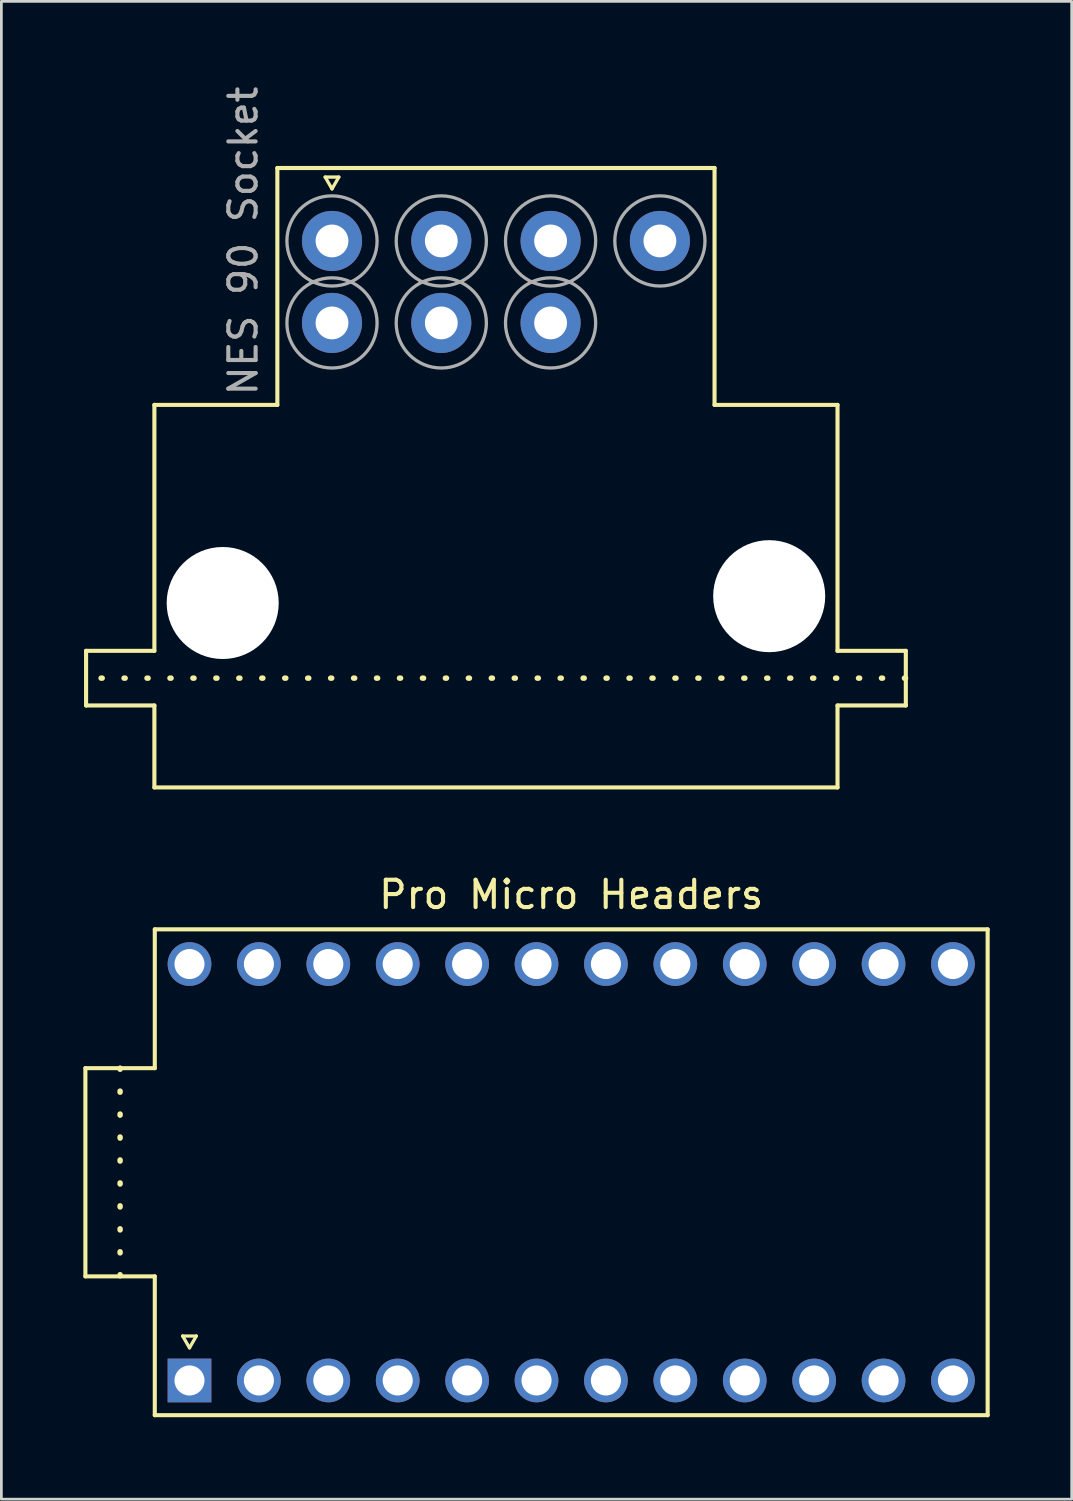
<source format=kicad_pcb>
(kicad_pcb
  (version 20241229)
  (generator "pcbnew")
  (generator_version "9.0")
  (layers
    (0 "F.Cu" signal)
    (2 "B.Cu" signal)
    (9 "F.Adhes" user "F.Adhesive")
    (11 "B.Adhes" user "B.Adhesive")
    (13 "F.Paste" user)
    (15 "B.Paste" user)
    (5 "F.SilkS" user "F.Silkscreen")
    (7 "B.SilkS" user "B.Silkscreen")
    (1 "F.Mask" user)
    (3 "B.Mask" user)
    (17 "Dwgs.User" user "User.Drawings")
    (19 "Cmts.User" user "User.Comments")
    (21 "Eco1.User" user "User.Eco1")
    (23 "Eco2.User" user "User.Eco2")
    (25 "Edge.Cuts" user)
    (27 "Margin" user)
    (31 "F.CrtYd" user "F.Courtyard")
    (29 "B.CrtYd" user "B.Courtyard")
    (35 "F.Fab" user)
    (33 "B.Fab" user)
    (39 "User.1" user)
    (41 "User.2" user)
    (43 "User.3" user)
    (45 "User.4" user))
  (footprint "NES 90 Socket"
    (layer "F.Cu")
    (at 9.1 5.768)
    (property "Reference" "NES 90 Socket" (at -3.25 0 270) (layer "F.Fab") (effects (font (size 1 1) (thickness 0.15))))
    (attr through_hole)
    (fp_line (start -9 15) (end -9 17) (stroke (width 0.15) (type solid)) (layer "F.SilkS"))
    (fp_line (start -9 17) (end -6.5 17) (stroke (width 0.15) (type solid)) (layer "F.SilkS"))
    (fp_line (start -6.5 6) (end -6.5 15) (stroke (width 0.15) (type solid)) (layer "F.SilkS"))
    (fp_line (start -6.5 15) (end -9 15) (stroke (width 0.15) (type solid)) (layer "F.SilkS"))
    (fp_line (start -6.5 17) (end -6.5 20) (stroke (width 0.15) (type solid)) (layer "F.SilkS"))
    (fp_line (start -6.5 20) (end 18.5 20) (stroke (width 0.15) (type solid)) (layer "F.SilkS"))
    (fp_line (start -2 -2.67) (end -2 6) (stroke (width 0.15) (type solid)) (layer "F.SilkS"))
    (fp_line (start -2 -2.67) (end 14 -2.67) (stroke (width 0.15) (type solid)) (layer "F.SilkS"))
    (fp_line (start -2 6) (end -6.5 6) (stroke (width 0.15) (type solid)) (layer "F.SilkS"))
    (fp_line (start -0.25 -2.338) (end 0.25 -2.338) (stroke (width 0.12) (type solid)) (layer "F.SilkS"))
    (fp_line (start 0 -1.905) (end -0.25 -2.338) (stroke (width 0.12) (type solid)) (layer "F.SilkS"))
    (fp_line (start 0.25 -2.338) (end 0 -1.905) (stroke (width 0.12) (type solid)) (layer "F.SilkS"))
    (fp_line (start 14 6) (end 14 -2.67) (stroke (width 0.15) (type solid)) (layer "F.SilkS"))
    (fp_line (start 18.5 6) (end 14 6) (stroke (width 0.15) (type solid)) (layer "F.SilkS"))
    (fp_line (start 18.5 15) (end 18.5 6) (stroke (width 0.15) (type solid)) (layer "F.SilkS"))
    (fp_line (start 18.5 17) (end 21 17) (stroke (width 0.15) (type solid)) (layer "F.SilkS"))
    (fp_line (start 18.5 20) (end 18.5 17) (stroke (width 0.15) (type solid)) (layer "F.SilkS"))
    (fp_line (start 20.99 16) (end -9 16) (stroke (width 0.2) (type dot)) (layer "F.SilkS"))
    (fp_line (start 21 15) (end 18.5 15) (stroke (width 0.15) (type solid)) (layer "F.SilkS"))
    (fp_line (start 21 17) (end 21 15) (stroke (width 0.15) (type solid)) (layer "F.SilkS"))
    (fp_circle (center 0 0) (end 1.65 0) (stroke (width 0.12) (type solid)) (fill no) (layer "F.Fab"))
    (fp_circle (center 0 3) (end 1.65 3) (stroke (width 0.12) (type solid)) (fill no) (layer "F.Fab"))
    (fp_circle (center 4 0) (end 5.65 0) (stroke (width 0.12) (type solid)) (fill no) (layer "F.Fab"))
    (fp_circle (center 4 3) (end 5.65 3) (stroke (width 0.12) (type solid)) (fill no) (layer "F.Fab"))
    (fp_circle (center 8 0) (end 9.65 0) (stroke (width 0.12) (type solid)) (fill no) (layer "F.Fab"))
    (fp_circle (center 8 3) (end 9.65 3) (stroke (width 0.12) (type solid)) (fill no) (layer "F.Fab"))
    (fp_circle (center 12 0) (end 13.65 0) (stroke (width 0.12) (type solid)) (fill no) (layer "F.Fab"))
    (pad "" np_thru_hole circle (at -4 13.25) (size 4.1 4.1) (drill 4.1) (layers "*.Cu" "*.Mask"))
    (pad "" np_thru_hole circle (at 16 13) (size 4.1 4.1) (drill 4.1) (layers "*.Cu" "*.Mask"))
    (pad "1" thru_hole circle (at 0 0) (size 2.2 2.2) (drill 1.2) (layers "*.Cu" "*.Mask"))
    (pad "2" thru_hole circle (at 4 0) (size 2.2 2.2) (drill 1.2) (layers "*.Cu" "*.Mask"))
    (pad "3" thru_hole circle (at 8 0) (size 2.2 2.2) (drill 1.2) (layers "*.Cu" "*.Mask"))
    (pad "4" thru_hole circle (at 12 0) (size 2.2 2.2) (drill 1.2) (layers "*.Cu" "*.Mask"))
    (pad "5" thru_hole circle (at 0 3) (size 2.2 2.2) (drill 1.2) (layers "*.Cu" "*.Mask"))
    (pad "6" thru_hole circle (at 4 3) (size 2.2 2.2) (drill 1.2) (layers "*.Cu" "*.Mask"))
    (pad "7" thru_hole circle (at 8 3) (size 2.2 2.2) (drill 1.2) (layers "*.Cu" "*.Mask")))
  (footprint "Pro Micro Headers"
    (layer "F.Cu")
    (at 17.855 39.851)
    (property "Reference" "Pro Micro Headers" (at 0 -10.16 0) (layer "F.SilkS") (effects (font (size 1 1) (thickness 0.15))))
    (attr through_hole)
    (fp_line (start -17.78 -3.81) (end -15.24 -3.81) (stroke (width 0.15) (type solid)) (layer "F.SilkS"))
    (fp_line (start -17.78 3.81) (end -17.78 -3.81) (stroke (width 0.15) (type solid)) (layer "F.SilkS"))
    (fp_line (start -16.51 -3.81) (end -16.51 3.81) (stroke (width 0.2) (type dot)) (layer "F.SilkS"))
    (fp_line (start -15.24 -8.89) (end 15.24 -8.89) (stroke (width 0.15) (type solid)) (layer "F.SilkS"))
    (fp_line (start -15.24 -3.81) (end -15.24 -8.89) (stroke (width 0.15) (type solid)) (layer "F.SilkS"))
    (fp_line (start -15.24 3.81) (end -17.78 3.81) (stroke (width 0.15) (type solid)) (layer "F.SilkS"))
    (fp_line (start -15.24 8.89) (end -15.24 3.81) (stroke (width 0.15) (type solid)) (layer "F.SilkS"))
    (fp_line (start -15.24 8.89) (end 15.24 8.89) (stroke (width 0.15) (type solid)) (layer "F.SilkS"))
    (fp_line (start -14.22 5.993) (end -13.72 5.993) (stroke (width 0.12) (type solid)) (layer "F.SilkS"))
    (fp_line (start -13.97 6.426) (end -14.22 5.993) (stroke (width 0.12) (type solid)) (layer "F.SilkS"))
    (fp_line (start -13.72 5.993) (end -13.97 6.426) (stroke (width 0.12) (type solid)) (layer "F.SilkS"))
    (fp_line (start 15.24 -8.89) (end 15.24 8.89) (stroke (width 0.15) (type solid)) (layer "F.SilkS"))
    (pad "1" thru_hole rect (at -13.97 7.62) (size 1.6 1.6) (drill 1.1) (layers "*.Cu" "B.Mask"))
    (pad "2" thru_hole circle (at -11.43 7.62) (size 1.6 1.6) (drill 1.1) (layers "*.Cu" "B.Mask"))
    (pad "3" thru_hole circle (at -8.89 7.62) (size 1.6 1.6) (drill 1.1) (layers "*.Cu" "B.Mask"))
    (pad "4" thru_hole circle (at -6.35 7.62) (size 1.6 1.6) (drill 1.1) (layers "*.Cu" "B.Mask"))
    (pad "5" thru_hole circle (at -3.81 7.62) (size 1.6 1.6) (drill 1.1) (layers "*.Cu" "B.Mask"))
    (pad "6" thru_hole circle (at -1.27 7.62) (size 1.6 1.6) (drill 1.1) (layers "*.Cu" "B.Mask"))
    (pad "7" thru_hole circle (at 1.27 7.62) (size 1.6 1.6) (drill 1.1) (layers "*.Cu" "B.Mask"))
    (pad "8" thru_hole circle (at 3.81 7.62) (size 1.6 1.6) (drill 1.1) (layers "*.Cu" "B.Mask"))
    (pad "9" thru_hole circle (at 6.35 7.62) (size 1.6 1.6) (drill 1.1) (layers "*.Cu" "B.Mask"))
    (pad "10" thru_hole circle (at 8.89 7.62) (size 1.6 1.6) (drill 1.1) (layers "*.Cu" "B.Mask"))
    (pad "11" thru_hole circle (at 11.43 7.62) (size 1.6 1.6) (drill 1.1) (layers "*.Cu" "B.Mask"))
    (pad "12" thru_hole circle (at 13.97 7.62) (size 1.6 1.6) (drill 1.1) (layers "*.Cu" "B.Mask"))
    (pad "13" thru_hole circle (at 13.97 -7.62) (size 1.6 1.6) (drill 1.1) (layers "*.Cu" "B.Mask"))
    (pad "14" thru_hole circle (at 11.43 -7.62) (size 1.6 1.6) (drill 1.1) (layers "*.Cu" "B.Mask"))
    (pad "15" thru_hole circle (at 8.89 -7.62) (size 1.6 1.6) (drill 1.1) (layers "*.Cu" "B.Mask"))
    (pad "16" thru_hole circle (at 6.35 -7.62) (size 1.6 1.6) (drill 1.1) (layers "*.Cu" "B.Mask"))
    (pad "17" thru_hole circle (at 3.81 -7.62) (size 1.6 1.6) (drill 1.1) (layers "*.Cu" "B.Mask"))
    (pad "18" thru_hole circle (at 1.27 -7.62) (size 1.6 1.6) (drill 1.1) (layers "*.Cu" "B.Mask"))
    (pad "19" thru_hole circle (at -1.27 -7.62) (size 1.6 1.6) (drill 1.1) (layers "*.Cu" "B.Mask"))
    (pad "20" thru_hole circle (at -3.81 -7.62) (size 1.6 1.6) (drill 1.1) (layers "*.Cu" "B.Mask"))
    (pad "21" thru_hole circle (at -6.35 -7.62) (size 1.6 1.6) (drill 1.1) (layers "*.Cu" "B.Mask"))
    (pad "22" thru_hole circle (at -8.89 -7.62) (size 1.6 1.6) (drill 1.1) (layers "*.Cu" "B.Mask"))
    (pad "23" thru_hole circle (at -11.43 -7.62) (size 1.6 1.6) (drill 1.1) (layers "*.Cu" "B.Mask"))
    (pad "24" thru_hole circle (at -13.97 -7.62) (size 1.6 1.6) (drill 1.1) (layers "*.Cu" "B.Mask")))
  (gr_rect
    (start -3 -3)
    (end 36.17 51.816)
    (stroke (width 0.1) (type default))
    (fill no)
    (layer "Edge.Cuts")))
</source>
